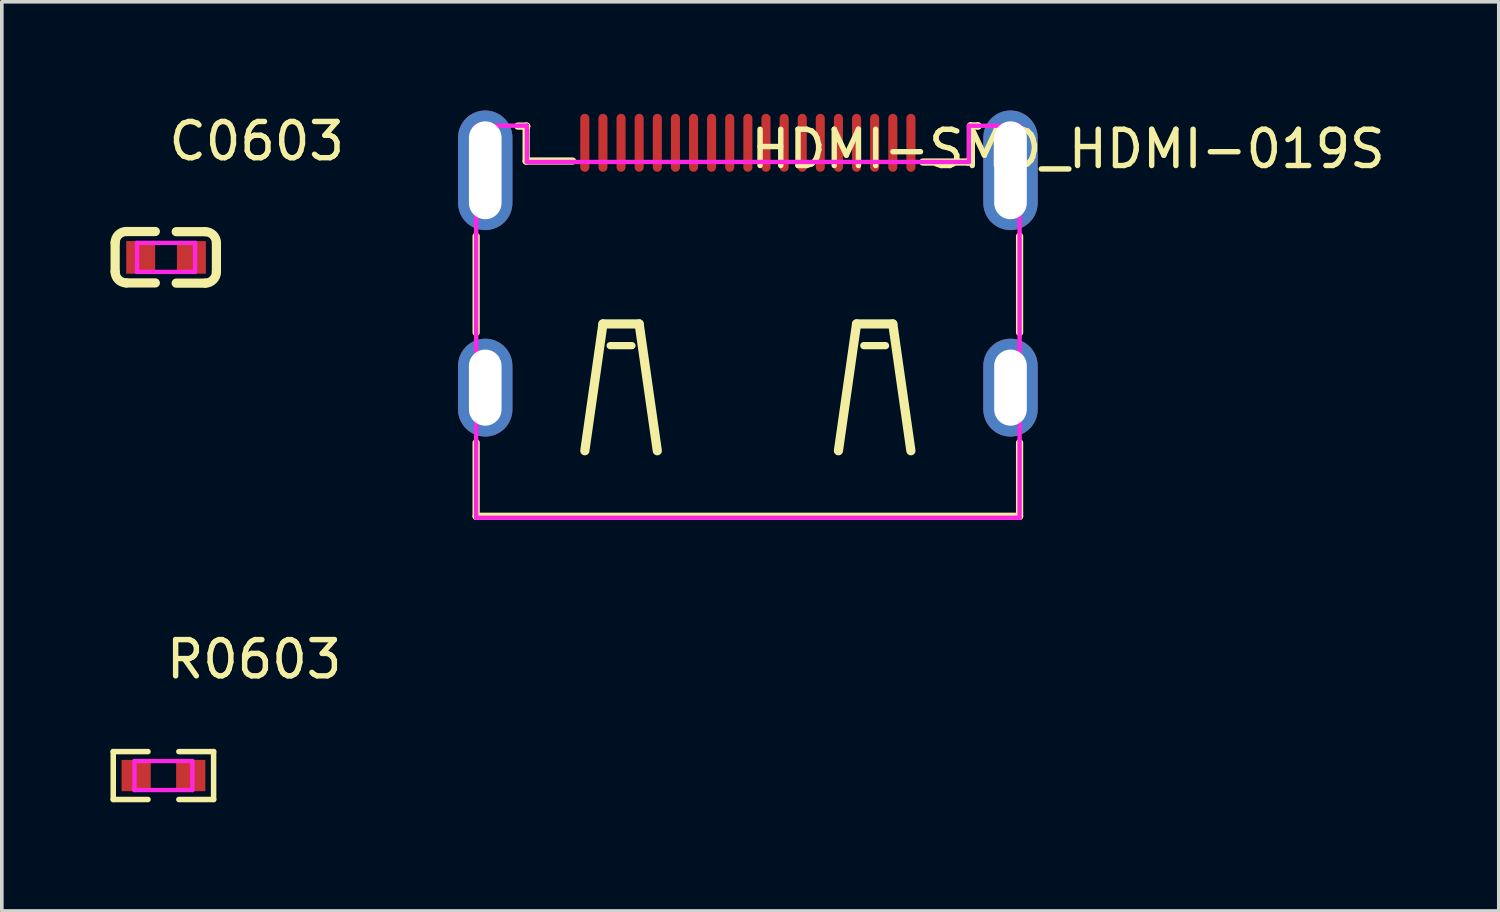
<source format=kicad_pcb>
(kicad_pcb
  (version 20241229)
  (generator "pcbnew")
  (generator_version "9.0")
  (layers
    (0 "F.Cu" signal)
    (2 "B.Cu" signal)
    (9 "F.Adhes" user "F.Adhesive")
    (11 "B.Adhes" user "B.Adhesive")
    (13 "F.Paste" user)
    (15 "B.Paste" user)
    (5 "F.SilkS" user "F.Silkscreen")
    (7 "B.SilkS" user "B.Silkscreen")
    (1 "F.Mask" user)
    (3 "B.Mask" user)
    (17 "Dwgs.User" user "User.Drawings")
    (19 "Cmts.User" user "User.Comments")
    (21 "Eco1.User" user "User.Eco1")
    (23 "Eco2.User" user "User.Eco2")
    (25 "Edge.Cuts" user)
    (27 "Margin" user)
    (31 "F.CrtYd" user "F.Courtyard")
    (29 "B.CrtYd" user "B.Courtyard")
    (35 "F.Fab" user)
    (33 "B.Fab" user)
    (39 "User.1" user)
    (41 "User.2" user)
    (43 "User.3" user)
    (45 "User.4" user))
  (footprint "HDMI-SMD_HDMI-019S"
    (layer "F.Cu")
    (at 17.592 4.27)
    (property "Reference" "HDMI-SMD_HDMI-019S" (at 0 -3.207 0) (layer "F.SilkS") (effects (font (size 1 1) (thickness 0.15)) (justify left)))
    (attr through_hole)
    (fp_line (start -7.5 -0.8) (end -7.5 1.859) (stroke (width 0.2) (type solid)) (layer "F.SilkS"))
    (fp_line (start -7.5 4.9) (end -7.5 6.93) (stroke (width 0.2) (type solid)) (layer "F.SilkS"))
    (fp_line (start -7.5 6.93) (end 7.5 6.93) (stroke (width 0.2) (type solid)) (layer "F.SilkS"))
    (fp_line (start -6.35 -3.84) (end -6.107 -3.84) (stroke (width 0.2) (type solid)) (layer "F.SilkS"))
    (fp_line (start -6.12 -3.828) (end -6.12 -2.875) (stroke (width 0.2) (type solid)) (layer "F.SilkS"))
    (fp_line (start -6.12 -2.875) (end -4.837 -2.875) (stroke (width 0.2) (type solid)) (layer "F.SilkS"))
    (fp_line (start -6.107 -3.84) (end -6.107 -3.828) (stroke (width 0.2) (type solid)) (layer "F.SilkS"))
    (fp_line (start -6.107 -3.828) (end -6.12 -3.828) (stroke (width 0.2) (type solid)) (layer "F.SilkS"))
    (fp_line (start -4 1.621) (end -4.5 5.121) (stroke (width 0.254) (type solid)) (layer "F.SilkS"))
    (fp_line (start -3.2 2.22) (end -3.8 2.22) (stroke (width 0.2) (type solid)) (layer "F.SilkS"))
    (fp_line (start -3 1.621) (end -4 1.621) (stroke (width 0.254) (type solid)) (layer "F.SilkS"))
    (fp_line (start -2.5 5.121) (end -3 1.621) (stroke (width 0.254) (type solid)) (layer "F.SilkS"))
    (fp_line (start 2.5 5.121) (end 3 1.621) (stroke (width 0.254) (type solid)) (layer "F.SilkS"))
    (fp_line (start 3 1.621) (end 4 1.621) (stroke (width 0.254) (type solid)) (layer "F.SilkS"))
    (fp_line (start 3.2 2.22) (end 3.8 2.22) (stroke (width 0.2) (type solid)) (layer "F.SilkS"))
    (fp_line (start 4 1.621) (end 4.5 5.121) (stroke (width 0.254) (type solid)) (layer "F.SilkS"))
    (fp_line (start 4.83 -2.848) (end 6.08 -2.848) (stroke (width 0.2) (type solid)) (layer "F.SilkS"))
    (fp_line (start 6.08 -2.858) (end 6.145 -2.858) (stroke (width 0.2) (type solid)) (layer "F.SilkS"))
    (fp_line (start 6.08 -2.848) (end 6.08 -2.858) (stroke (width 0.2) (type solid)) (layer "F.SilkS"))
    (fp_line (start 6.145 -3.846) (end 6.352 -3.846) (stroke (width 0.2) (type solid)) (layer "F.SilkS"))
    (fp_line (start 6.145 -2.858) (end 6.145 -3.846) (stroke (width 0.2) (type solid)) (layer "F.SilkS"))
    (fp_line (start 6.352 -3.846) (end 6.352 -3.84) (stroke (width 0.2) (type solid)) (layer "F.SilkS"))
    (fp_line (start 7.5 -0.8) (end 7.5 1.859) (stroke (width 0.2) (type solid)) (layer "F.SilkS"))
    (fp_line (start 7.5 4.9) (end 7.5 6.93) (stroke (width 0.2) (type solid)) (layer "F.SilkS"))
    (fp_poly (pts (xy -7.399 -3.62) (xy -7.099 -3.62) (xy -7.099 -1.62) (xy -7.399 -1.62)) (stroke (width 0.12) (type solid)) (fill no) (layer "Eco2.User"))
    (fp_poly (pts (xy -7.399 2.879) (xy -7.099 2.879) (xy -7.099 3.879) (xy -7.399 3.879)) (stroke (width 0.12) (type solid)) (fill no) (layer "Eco2.User"))
    (fp_poly (pts (xy -4.611 -3.879) (xy -4.391 -3.879) (xy -4.391 -2.779) (xy -4.611 -2.779)) (stroke (width 0.12) (type solid)) (fill no) (layer "Eco2.User"))
    (fp_poly (pts (xy -4.111 -3.879) (xy -3.89 -3.879) (xy -3.89 -2.779) (xy -4.111 -2.779)) (stroke (width 0.12) (type solid)) (fill no) (layer "Eco2.User"))
    (fp_poly (pts (xy -3.61 -3.879) (xy -3.39 -3.879) (xy -3.39 -2.779) (xy -3.61 -2.779)) (stroke (width 0.12) (type solid)) (fill no) (layer "Eco2.User"))
    (fp_poly (pts (xy -3.11 -3.879) (xy -2.89 -3.879) (xy -2.89 -2.779) (xy -3.11 -2.779)) (stroke (width 0.12) (type solid)) (fill no) (layer "Eco2.User"))
    (fp_poly (pts (xy -2.609 -3.879) (xy -2.389 -3.879) (xy -2.389 -2.779) (xy -2.609 -2.779)) (stroke (width 0.12) (type solid)) (fill no) (layer "Eco2.User"))
    (fp_poly (pts (xy -2.109 -3.879) (xy -1.889 -3.879) (xy -1.889 -2.779) (xy -2.109 -2.779)) (stroke (width 0.12) (type solid)) (fill no) (layer "Eco2.User"))
    (fp_poly (pts (xy -1.609 -3.879) (xy -1.389 -3.879) (xy -1.389 -2.779) (xy -1.609 -2.779)) (stroke (width 0.12) (type solid)) (fill no) (layer "Eco2.User"))
    (fp_poly (pts (xy -1.111 -3.879) (xy -0.891 -3.879) (xy -0.891 -2.779) (xy -1.111 -2.779)) (stroke (width 0.12) (type solid)) (fill no) (layer "Eco2.User"))
    (fp_poly (pts (xy -0.61 -3.879) (xy -0.39 -3.879) (xy -0.39 -2.779) (xy -0.61 -2.779)) (stroke (width 0.12) (type solid)) (fill no) (layer "Eco2.User"))
    (fp_poly (pts (xy -0.11 -3.879) (xy 0.11 -3.879) (xy 0.11 -2.779) (xy -0.11 -2.779)) (stroke (width 0.12) (type solid)) (fill no) (layer "Eco2.User"))
    (fp_poly (pts (xy 0.39 -3.879) (xy 0.61 -3.879) (xy 0.61 -2.779) (xy 0.39 -2.779)) (stroke (width 0.12) (type solid)) (fill no) (layer "Eco2.User"))
    (fp_poly (pts (xy 0.891 -3.879) (xy 1.111 -3.879) (xy 1.111 -2.779) (xy 0.891 -2.779)) (stroke (width 0.12) (type solid)) (fill no) (layer "Eco2.User"))
    (fp_poly (pts (xy 1.391 -3.879) (xy 1.611 -3.879) (xy 1.611 -2.779) (xy 1.391 -2.779)) (stroke (width 0.12) (type solid)) (fill no) (layer "Eco2.User"))
    (fp_poly (pts (xy 1.889 -3.879) (xy 2.109 -3.879) (xy 2.109 -2.779) (xy 1.889 -2.779)) (stroke (width 0.12) (type solid)) (fill no) (layer "Eco2.User"))
    (fp_poly (pts (xy 2.389 -3.879) (xy 2.609 -3.879) (xy 2.609 -2.779) (xy 2.389 -2.779)) (stroke (width 0.12) (type solid)) (fill no) (layer "Eco2.User"))
    (fp_poly (pts (xy 2.89 -3.879) (xy 3.11 -3.879) (xy 3.11 -2.779) (xy 2.89 -2.779)) (stroke (width 0.12) (type solid)) (fill no) (layer "Eco2.User"))
    (fp_poly (pts (xy 3.39 -3.879) (xy 3.61 -3.879) (xy 3.61 -2.779) (xy 3.39 -2.779)) (stroke (width 0.12) (type solid)) (fill no) (layer "Eco2.User"))
    (fp_poly (pts (xy 3.89 -3.879) (xy 4.111 -3.879) (xy 4.111 -2.779) (xy 3.89 -2.779)) (stroke (width 0.12) (type solid)) (fill no) (layer "Eco2.User"))
    (fp_poly (pts (xy 4.391 -3.879) (xy 4.611 -3.879) (xy 4.611 -2.779) (xy 4.391 -2.779)) (stroke (width 0.12) (type solid)) (fill no) (layer "Eco2.User"))
    (fp_poly (pts (xy 7.099 -3.62) (xy 7.399 -3.62) (xy 7.399 -1.62) (xy 7.099 -1.62)) (stroke (width 0.12) (type solid)) (fill no) (layer "Eco2.User"))
    (fp_poly (pts (xy 7.099 2.879) (xy 7.399 2.879) (xy 7.399 3.879) (xy 7.099 3.879)) (stroke (width 0.12) (type solid)) (fill no) (layer "Eco2.User"))
    (fp_line (start -7.5 -3.85) (end -6.1 -3.85) (stroke (width 0.12) (type solid)) (layer "F.CrtYd"))
    (fp_line (start -7.5 6.971) (end -7.5 -3.85) (stroke (width 0.12) (type solid)) (layer "F.CrtYd"))
    (fp_line (start -6.1 -3.85) (end -6.1 -3.848) (stroke (width 0.12) (type solid)) (layer "F.CrtYd"))
    (fp_line (start -6.1 -3.848) (end -6.1 -3.848) (stroke (width 0.12) (type solid)) (layer "F.CrtYd"))
    (fp_line (start -6.1 -3.848) (end -6.1 -2.85) (stroke (width 0.12) (type solid)) (layer "F.CrtYd"))
    (fp_line (start -6.1 -2.85) (end 6.1 -2.85) (stroke (width 0.12) (type solid)) (layer "F.CrtYd"))
    (fp_line (start 6.1 -3.848) (end 7.5 -3.848) (stroke (width 0.12) (type solid)) (layer "F.CrtYd"))
    (fp_line (start 6.1 -2.85) (end 6.1 -3.848) (stroke (width 0.12) (type solid)) (layer "F.CrtYd"))
    (fp_line (start 6.1 -2.85) (end 6.1 -2.85) (stroke (width 0.12) (type solid)) (layer "F.CrtYd"))
    (fp_line (start 7.5 -3.848) (end 7.5 -3.828) (stroke (width 0.12) (type solid)) (layer "F.CrtYd"))
    (fp_line (start 7.5 -3.828) (end 7.5 6.971) (stroke (width 0.12) (type solid)) (layer "F.CrtYd"))
    (fp_line (start 7.5 6.971) (end -7.5 6.971) (stroke (width 0.12) (type solid)) (layer "F.CrtYd"))
    (pad "1" smd oval (at 4.501 -3.379) (size 0.25 1.6) (layers "F.Cu" "F.Mask" "F.Paste"))
    (pad "2" smd oval (at 4.001 -3.379) (size 0.25 1.6) (layers "F.Cu" "F.Mask" "F.Paste"))
    (pad "3" smd oval (at 3.5 -3.379) (size 0.25 1.6) (layers "F.Cu" "F.Mask" "F.Paste"))
    (pad "4" smd oval (at 3 -3.379) (size 0.25 1.6) (layers "F.Cu" "F.Mask" "F.Paste"))
    (pad "5" smd oval (at 2.499 -3.379) (size 0.25 1.6) (layers "F.Cu" "F.Mask" "F.Paste"))
    (pad "6" smd oval (at 1.999 -3.379) (size 0.25 1.6) (layers "F.Cu" "F.Mask" "F.Paste"))
    (pad "7" smd oval (at 1.501 -3.379) (size 0.25 1.6) (layers "F.Cu" "F.Mask" "F.Paste"))
    (pad "8" smd oval (at 1.001 -3.379) (size 0.25 1.6) (layers "F.Cu" "F.Mask" "F.Paste"))
    (pad "9" smd oval (at 0.5 -3.379) (size 0.25 1.6) (layers "F.Cu" "F.Mask" "F.Paste"))
    (pad "10" smd oval (at 0 -3.379) (size 0.25 1.6) (layers "F.Cu" "F.Mask" "F.Paste"))
    (pad "11" smd oval (at -0.5 -3.379) (size 0.25 1.6) (layers "F.Cu" "F.Mask" "F.Paste"))
    (pad "12" smd oval (at -1.001 -3.379) (size 0.25 1.6) (layers "F.Cu" "F.Mask" "F.Paste"))
    (pad "13" smd oval (at -1.499 -3.379) (size 0.25 1.6) (layers "F.Cu" "F.Mask" "F.Paste"))
    (pad "14" smd oval (at -1.999 -3.379) (size 0.25 1.6) (layers "F.Cu" "F.Mask" "F.Paste"))
    (pad "15" smd oval (at -2.499 -3.379) (size 0.25 1.6) (layers "F.Cu" "F.Mask" "F.Paste"))
    (pad "16" smd oval (at -3 -3.379) (size 0.25 1.6) (layers "F.Cu" "F.Mask" "F.Paste"))
    (pad "17" smd oval (at -3.5 -3.379) (size 0.25 1.6) (layers "F.Cu" "F.Mask" "F.Paste"))
    (pad "18" smd oval (at -4 -3.379) (size 0.25 1.6) (layers "F.Cu" "F.Mask" "F.Paste"))
    (pad "19" smd oval (at -4.501 -3.379) (size 0.25 1.6) (layers "F.Cu" "F.Mask" "F.Paste"))
    (pad "20" thru_hole oval (at 7.249 3.379) (size 1.5 2.7) (drill oval 0.9 2.1) (layers "*.Cu" "*.Mask"))
    (pad "21" thru_hole oval (at -7.249 3.379) (size 1.5 2.7) (drill oval 0.9 2.1) (layers "*.Cu" "*.Mask"))
    (pad "22" thru_hole oval (at 7.249 -2.62) (size 1.5 3.3) (drill oval 0.9 2.7) (layers "*.Cu" "*.Mask"))
    (pad "23" thru_hole oval (at -7.249 -2.62) (size 1.5 3.3) (drill oval 0.9 2.7) (layers "*.Cu" "*.Mask")))
  (footprint "R0603"
    (layer "F.Cu")
    (at 1.461 18.356)
    (property "Reference" "R0603" (at 0 -3.207 0) (layer "F.SilkS") (effects (font (size 1 1) (thickness 0.15)) (justify left)))
    (attr through_hole)
    (fp_line (start -1.385 -0.661) (end -0.426 -0.661) (stroke (width 0.152) (type solid)) (layer "F.SilkS"))
    (fp_line (start -1.385 0.661) (end -1.385 -0.661) (stroke (width 0.152) (type solid)) (layer "F.SilkS"))
    (fp_line (start -0.426 0.661) (end -1.385 0.661) (stroke (width 0.152) (type solid)) (layer "F.SilkS"))
    (fp_line (start 0.426 0.661) (end 1.385 0.661) (stroke (width 0.152) (type solid)) (layer "F.SilkS"))
    (fp_line (start 1.385 -0.661) (end 0.426 -0.661) (stroke (width 0.152) (type solid)) (layer "F.SilkS"))
    (fp_line (start 1.385 0.661) (end 1.385 -0.661) (stroke (width 0.152) (type solid)) (layer "F.SilkS"))
    (fp_poly (pts (xy -0.355 -0.4) (xy -0.355 -0.172) (xy -0.735 -0.172) (xy -0.735 0.158) (xy -0.355 0.158) (xy -0.355 0.4) (xy -0.405 0.45) (xy -1.195 0.45) (xy -1.245 0.4) (xy -1.245 -0.4) (xy -1.195 -0.45) (xy -0.405 -0.45)) (stroke (width 0.12) (type solid)) (fill yes) (layer "F.Paste"))
    (fp_poly (pts (xy 1.195 -0.45) (xy 0.395 -0.45) (xy 0.345 -0.4) (xy 0.345 -0.172) (xy 0.715 -0.172) (xy 0.715 0.158) (xy 0.345 0.158) (xy 0.345 0.4) (xy 0.395 0.45) (xy 1.195 0.45) (xy 1.245 0.4) (xy 1.245 -0.4)) (stroke (width 0.12) (type solid)) (fill yes) (layer "F.Paste"))
    (fp_circle (center -0.8 0.4) (end -0.77 0.4) (stroke (width 0.06) (type solid)) (fill no) (layer "Eco2.User"))
    (fp_poly (pts (xy -0.8 0.4) (xy -0.8 -0.4) (xy -0.5 -0.4) (xy -0.5 0.4)) (stroke (width 0.12) (type solid)) (fill no) (layer "Eco2.User"))
    (fp_poly (pts (xy 0.8 0.4) (xy 0.8 -0.4) (xy 0.5 -0.4) (xy 0.5 0.4)) (stroke (width 0.12) (type solid)) (fill no) (layer "Eco2.User"))
    (fp_line (start -0.8 -0.4) (end 0.8 -0.4) (stroke (width 0.12) (type solid)) (layer "F.CrtYd"))
    (fp_line (start -0.8 0.4) (end -0.8 -0.4) (stroke (width 0.12) (type solid)) (layer "F.CrtYd"))
    (fp_line (start 0.8 -0.4) (end 0.8 0.4) (stroke (width 0.12) (type solid)) (layer "F.CrtYd"))
    (fp_line (start 0.8 0.4) (end -0.8 0.4) (stroke (width 0.12) (type solid)) (layer "F.CrtYd"))
    (pad "1" smd rect (at -0.753 0) (size 0.806 0.864) (layers "F.Cu" "F.Mask" "F.Paste"))
    (pad "2" smd rect (at 0.753 0) (size 0.806 0.864) (layers "F.Cu" "F.Mask" "F.Paste")))
  (footprint "C0603"
    (layer "F.Cu")
    (at 1.533 4.055)
    (property "Reference" "C0603" (at 0 -3.207 0) (layer "F.SilkS") (effects (font (size 1 1) (thickness 0.15)) (justify left)))
    (attr through_hole)
    (fp_line (start -1.405 -0.406) (end -1.405 0.394) (stroke (width 0.254) (type solid)) (layer "F.SilkS"))
    (fp_line (start -0.296 -0.715) (end -1.096 -0.715) (stroke (width 0.254) (type solid)) (layer "F.SilkS"))
    (fp_line (start -0.296 0.704) (end -1.096 0.704) (stroke (width 0.254) (type solid)) (layer "F.SilkS"))
    (fp_line (start 0.28 -0.71) (end 1.08 -0.71) (stroke (width 0.254) (type solid)) (layer "F.SilkS"))
    (fp_line (start 0.28 0.71) (end 1.08 0.71) (stroke (width 0.254) (type solid)) (layer "F.SilkS"))
    (fp_line (start 1.39 -0.4) (end 1.39 0.4) (stroke (width 0.254) (type solid)) (layer "F.SilkS"))
    (fp_arc (start -1.405 -0.406) (mid -1.314496 -0.624496) (end -1.096 -0.715) (stroke (width 0.254) (type solid)) (layer "F.SilkS"))
    (fp_arc (start -1.095975 0.704) (mid -1.315194 0.613212) (end -1.406 0.394) (stroke (width 0.254) (type solid)) (layer "F.SilkS"))
    (fp_arc (start 1.079975 -0.71) (mid 1.299194 -0.619212) (end 1.39 -0.4) (stroke (width 0.254) (type solid)) (layer "F.SilkS"))
    (fp_arc (start 1.39 0.4) (mid 1.299203 0.619203) (end 1.08 0.71) (stroke (width 0.254) (type solid)) (layer "F.SilkS"))
    (fp_circle (center -0.8 0.4) (end -0.77 0.4) (stroke (width 0.06) (type solid)) (fill no) (layer "Eco2.User"))
    (fp_poly (pts (xy -0.8 0.4) (xy -0.8 -0.4) (xy -0.5 -0.4) (xy -0.5 0.4)) (stroke (width 0.12) (type solid)) (fill no) (layer "Eco2.User"))
    (fp_poly (pts (xy 0.8 0.4) (xy 0.8 -0.4) (xy 0.5 -0.4) (xy 0.5 0.4)) (stroke (width 0.12) (type solid)) (fill no) (layer "Eco2.User"))
    (fp_line (start -0.8 -0.4) (end 0.8 -0.4) (stroke (width 0.12) (type solid)) (layer "F.CrtYd"))
    (fp_line (start -0.8 0.4) (end -0.8 -0.4) (stroke (width 0.12) (type solid)) (layer "F.CrtYd"))
    (fp_line (start 0.8 -0.4) (end 0.8 0.4) (stroke (width 0.12) (type solid)) (layer "F.CrtYd"))
    (fp_line (start 0.8 0.4) (end -0.8 0.4) (stroke (width 0.12) (type solid)) (layer "F.CrtYd"))
    (pad "1" smd rect (at -0.7 0) (size 0.8 0.9) (layers "F.Cu" "F.Mask" "F.Paste"))
    (pad "2" smd rect (at 0.7 0) (size 0.8 0.9) (layers "F.Cu" "F.Mask" "F.Paste")))
  (gr_rect
    (start -3 -3)
    (end 38.318 22.093)
    (stroke (width 0.1) (type default))
    (fill no)
    (layer "Edge.Cuts")))
</source>
